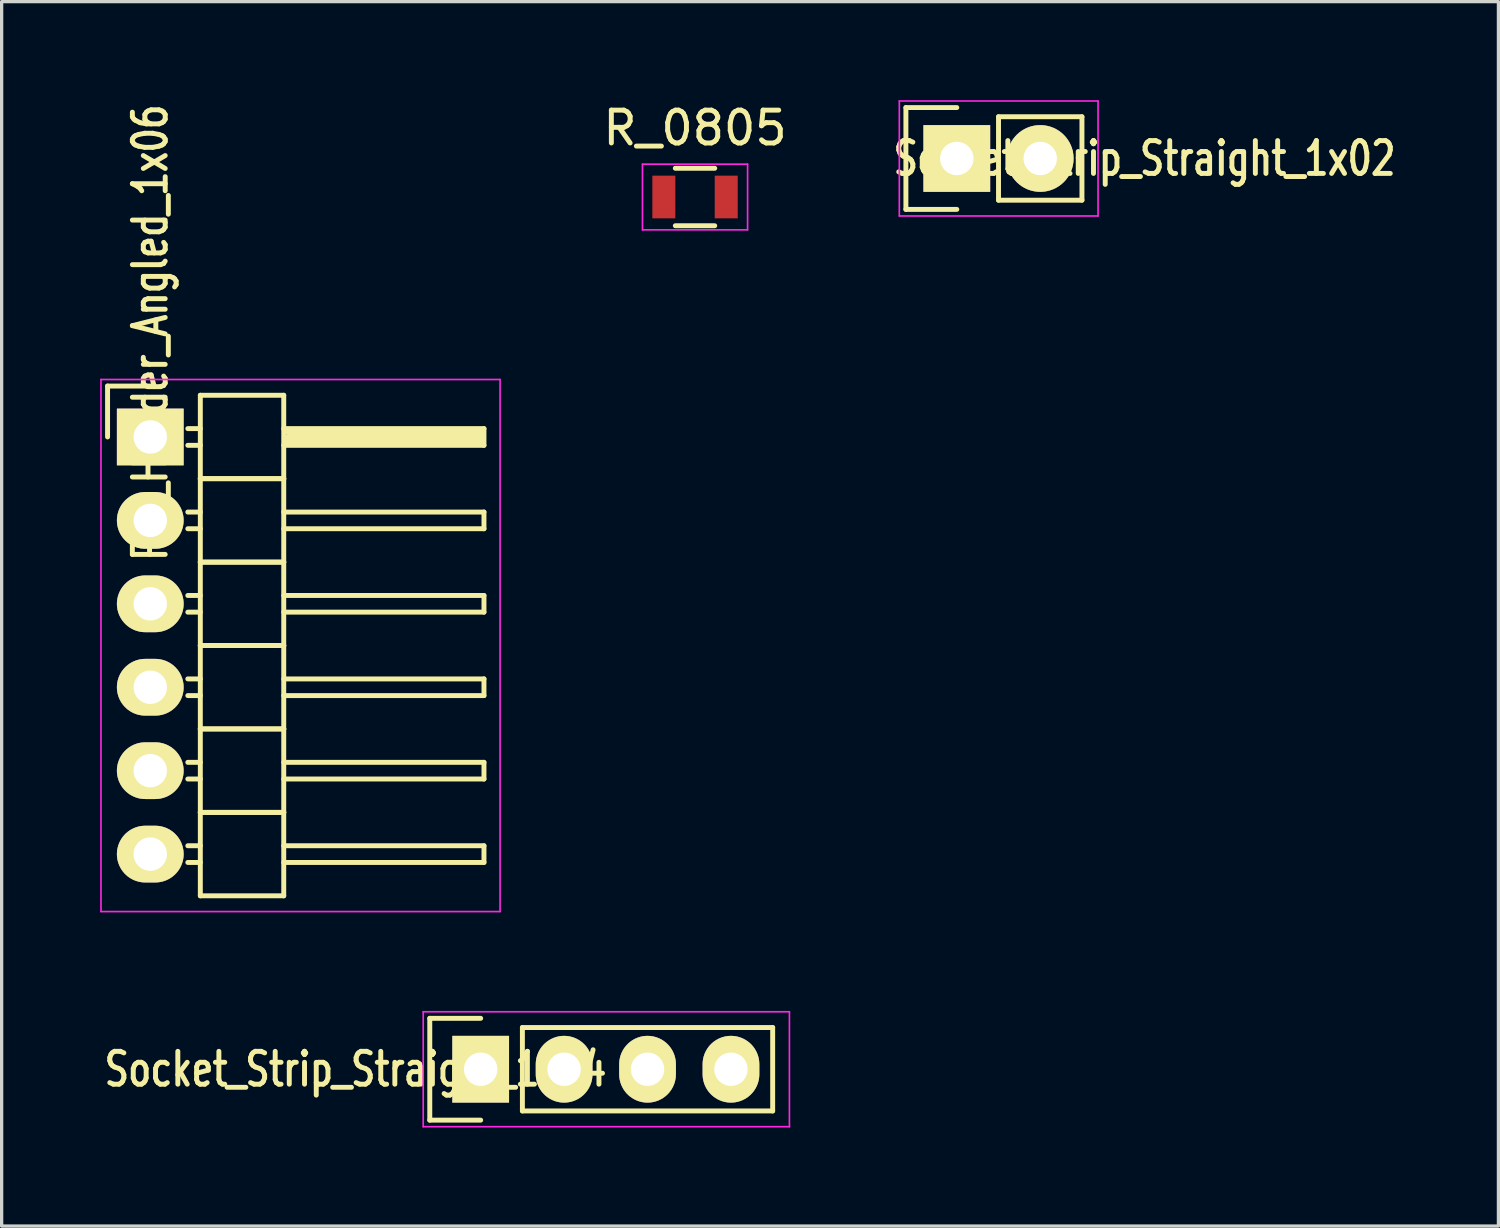
<source format=kicad_pcb>
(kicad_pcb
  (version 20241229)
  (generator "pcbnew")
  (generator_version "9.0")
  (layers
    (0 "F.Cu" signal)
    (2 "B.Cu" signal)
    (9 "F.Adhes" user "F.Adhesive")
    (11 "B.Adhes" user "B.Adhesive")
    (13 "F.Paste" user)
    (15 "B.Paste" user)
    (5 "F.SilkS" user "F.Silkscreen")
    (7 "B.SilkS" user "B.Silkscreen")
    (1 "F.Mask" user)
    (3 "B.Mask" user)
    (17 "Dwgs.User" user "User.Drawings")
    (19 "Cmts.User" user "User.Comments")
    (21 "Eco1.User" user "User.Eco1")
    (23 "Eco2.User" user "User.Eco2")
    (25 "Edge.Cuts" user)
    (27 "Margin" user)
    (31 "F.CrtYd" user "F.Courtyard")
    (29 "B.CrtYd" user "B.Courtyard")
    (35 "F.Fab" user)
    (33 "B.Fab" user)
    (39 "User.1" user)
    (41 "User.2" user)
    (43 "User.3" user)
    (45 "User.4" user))
  (footprint "Socket_Strip_Straight_1x02"
    (layer "F.Cu")
    (at 26.081 1.775)
    (property "Reference" "Socket_Strip_Straight_1x02" (at 5.715 0 180) (layer "F.SilkS") (effects (font (size 1 0.75) (thickness 0.15))))
    (attr through_hole)
    (fp_line (start -1.55 -1.55) (end -1.55 1.55) (stroke (width 0.15) (type solid)) (layer "F.SilkS"))
    (fp_line (start -1.55 1.55) (end 0 1.55) (stroke (width 0.15) (type solid)) (layer "F.SilkS"))
    (fp_line (start 0 -1.55) (end -1.55 -1.55) (stroke (width 0.15) (type solid)) (layer "F.SilkS"))
    (fp_line (start 1.27 -1.27) (end 3.81 -1.27) (stroke (width 0.15) (type solid)) (layer "F.SilkS"))
    (fp_line (start 1.27 1.27) (end 1.27 -1.27) (stroke (width 0.15) (type solid)) (layer "F.SilkS"))
    (fp_line (start 3.81 -1.27) (end 3.81 1.27) (stroke (width 0.15) (type solid)) (layer "F.SilkS"))
    (fp_line (start 3.81 1.27) (end 1.27 1.27) (stroke (width 0.15) (type solid)) (layer "F.SilkS"))
    (fp_line (start -1.75 -1.75) (end -1.75 1.75) (stroke (width 0.05) (type solid)) (layer "F.CrtYd"))
    (fp_line (start -1.75 -1.75) (end 4.3 -1.75) (stroke (width 0.05) (type solid)) (layer "F.CrtYd"))
    (fp_line (start -1.75 1.75) (end 4.3 1.75) (stroke (width 0.05) (type solid)) (layer "F.CrtYd"))
    (fp_line (start 4.3 -1.75) (end 4.3 1.75) (stroke (width 0.05) (type solid)) (layer "F.CrtYd"))
    (pad "1" thru_hole rect (at 0 0) (size 2.032 2.032) (drill 1.016) (layers "*.Cu" "*.Mask" "F.SilkS"))
    (pad "2" thru_hole oval (at 2.54 0) (size 2.032 2.032) (drill 1.016) (layers "*.Cu" "*.Mask" "F.SilkS")))
  (footprint "R_0805"
    (layer "F.Cu")
    (at 18.111 2.948)
    (property "Reference" "R_0805" (at 0 -2.1 0) (layer "F.SilkS") (effects (font (size 1 1) (thickness 0.15))))
    (attr smd)
    (fp_line (start -0.6 -0.875) (end 0.6 -0.875) (stroke (width 0.15) (type solid)) (layer "F.SilkS"))
    (fp_line (start 0.6 0.875) (end -0.6 0.875) (stroke (width 0.15) (type solid)) (layer "F.SilkS"))
    (fp_line (start -1.6 -1) (end -1.6 1) (stroke (width 0.05) (type solid)) (layer "F.CrtYd"))
    (fp_line (start -1.6 -1) (end 1.6 -1) (stroke (width 0.05) (type solid)) (layer "F.CrtYd"))
    (fp_line (start -1.6 1) (end 1.6 1) (stroke (width 0.05) (type solid)) (layer "F.CrtYd"))
    (fp_line (start 1.6 -1) (end 1.6 1) (stroke (width 0.05) (type solid)) (layer "F.CrtYd"))
    (pad "1" smd rect (at -0.95 0) (size 0.7 1.3) (layers "F.Cu" "F.Mask" "F.Paste"))
    (pad "2" smd rect (at 0.95 0) (size 0.7 1.3) (layers "F.Cu" "F.Mask" "F.Paste")))
  (footprint "Socket_Strip_Straight_1x04"
    (layer "F.Cu")
    (at 11.585 29.504)
    (property "Reference" "Socket_Strip_Straight_1x04" (at -3.81 0 0) (layer "F.SilkS") (effects (font (size 1 0.75) (thickness 0.15))))
    (attr through_hole)
    (fp_line (start -1.55 -1.55) (end -1.55 1.55) (stroke (width 0.15) (type solid)) (layer "F.SilkS"))
    (fp_line (start -1.55 1.55) (end 0 1.55) (stroke (width 0.15) (type solid)) (layer "F.SilkS"))
    (fp_line (start 0 -1.55) (end -1.55 -1.55) (stroke (width 0.15) (type solid)) (layer "F.SilkS"))
    (fp_line (start 1.27 -1.27) (end 8.89 -1.27) (stroke (width 0.15) (type solid)) (layer "F.SilkS"))
    (fp_line (start 1.27 1.27) (end 1.27 -1.27) (stroke (width 0.15) (type solid)) (layer "F.SilkS"))
    (fp_line (start 1.27 1.27) (end 8.89 1.27) (stroke (width 0.15) (type solid)) (layer "F.SilkS"))
    (fp_line (start 8.89 -1.27) (end 8.89 1.27) (stroke (width 0.15) (type solid)) (layer "F.SilkS"))
    (fp_line (start -1.75 -1.75) (end -1.75 1.75) (stroke (width 0.05) (type solid)) (layer "F.CrtYd"))
    (fp_line (start -1.75 -1.75) (end 9.4 -1.75) (stroke (width 0.05) (type solid)) (layer "F.CrtYd"))
    (fp_line (start -1.75 1.75) (end 9.4 1.75) (stroke (width 0.05) (type solid)) (layer "F.CrtYd"))
    (fp_line (start 9.4 -1.75) (end 9.4 1.75) (stroke (width 0.05) (type solid)) (layer "F.CrtYd"))
    (pad "1" thru_hole rect (at 0 0) (size 1.727 2.032) (drill 1.016) (layers "*.Cu" "*.Mask" "F.SilkS"))
    (pad "2" thru_hole oval (at 2.54 0) (size 1.727 2.032) (drill 1.016) (layers "*.Cu" "*.Mask" "F.SilkS"))
    (pad "3" thru_hole oval (at 5.08 0) (size 1.727 2.032) (drill 1.016) (layers "*.Cu" "*.Mask" "F.SilkS"))
    (pad "4" thru_hole oval (at 7.62 0) (size 1.727 2.032) (drill 1.016) (layers "*.Cu" "*.Mask" "F.SilkS")))
  (footprint "Pin_Header_Angled_1x06"
    (layer "F.Cu")
    (at 1.525 10.254)
    (property "Reference" "Pin_Header_Angled_1x06" (at 0 -3.175 270) (layer "F.SilkS") (effects (font (size 1 0.75) (thickness 0.15))))
    (attr through_hole)
    (fp_line (start -1.3 -1.55) (end -1.3 0) (stroke (width 0.15) (type solid)) (layer "F.SilkS"))
    (fp_line (start 0 -1.55) (end -1.3 -1.55) (stroke (width 0.15) (type solid)) (layer "F.SilkS"))
    (fp_line (start 1.524 -1.27) (end 1.524 1.27) (stroke (width 0.15) (type solid)) (layer "F.SilkS"))
    (fp_line (start 1.524 -1.27) (end 4.064 -1.27) (stroke (width 0.15) (type solid)) (layer "F.SilkS"))
    (fp_line (start 1.524 -0.254) (end 1.143 -0.254) (stroke (width 0.15) (type solid)) (layer "F.SilkS"))
    (fp_line (start 1.524 0.254) (end 1.143 0.254) (stroke (width 0.15) (type solid)) (layer "F.SilkS"))
    (fp_line (start 1.524 1.27) (end 1.524 3.81) (stroke (width 0.15) (type solid)) (layer "F.SilkS"))
    (fp_line (start 1.524 1.27) (end 4.064 1.27) (stroke (width 0.15) (type solid)) (layer "F.SilkS"))
    (fp_line (start 1.524 1.27) (end 4.064 1.27) (stroke (width 0.15) (type solid)) (layer "F.SilkS"))
    (fp_line (start 1.524 2.286) (end 1.143 2.286) (stroke (width 0.15) (type solid)) (layer "F.SilkS"))
    (fp_line (start 1.524 2.794) (end 1.143 2.794) (stroke (width 0.15) (type solid)) (layer "F.SilkS"))
    (fp_line (start 1.524 3.81) (end 1.524 6.35) (stroke (width 0.15) (type solid)) (layer "F.SilkS"))
    (fp_line (start 1.524 3.81) (end 4.064 3.81) (stroke (width 0.15) (type solid)) (layer "F.SilkS"))
    (fp_line (start 1.524 3.81) (end 4.064 3.81) (stroke (width 0.15) (type solid)) (layer "F.SilkS"))
    (fp_line (start 1.524 4.826) (end 1.143 4.826) (stroke (width 0.15) (type solid)) (layer "F.SilkS"))
    (fp_line (start 1.524 5.334) (end 1.143 5.334) (stroke (width 0.15) (type solid)) (layer "F.SilkS"))
    (fp_line (start 1.524 6.35) (end 1.524 8.89) (stroke (width 0.15) (type solid)) (layer "F.SilkS"))
    (fp_line (start 1.524 6.35) (end 4.064 6.35) (stroke (width 0.15) (type solid)) (layer "F.SilkS"))
    (fp_line (start 1.524 6.35) (end 4.064 6.35) (stroke (width 0.15) (type solid)) (layer "F.SilkS"))
    (fp_line (start 1.524 7.366) (end 1.143 7.366) (stroke (width 0.15) (type solid)) (layer "F.SilkS"))
    (fp_line (start 1.524 7.874) (end 1.143 7.874) (stroke (width 0.15) (type solid)) (layer "F.SilkS"))
    (fp_line (start 1.524 8.89) (end 1.524 11.43) (stroke (width 0.15) (type solid)) (layer "F.SilkS"))
    (fp_line (start 1.524 8.89) (end 4.064 8.89) (stroke (width 0.15) (type solid)) (layer "F.SilkS"))
    (fp_line (start 1.524 8.89) (end 4.064 8.89) (stroke (width 0.15) (type solid)) (layer "F.SilkS"))
    (fp_line (start 1.524 9.906) (end 1.143 9.906) (stroke (width 0.15) (type solid)) (layer "F.SilkS"))
    (fp_line (start 1.524 10.414) (end 1.143 10.414) (stroke (width 0.15) (type solid)) (layer "F.SilkS"))
    (fp_line (start 1.524 11.43) (end 1.524 13.97) (stroke (width 0.15) (type solid)) (layer "F.SilkS"))
    (fp_line (start 1.524 11.43) (end 4.064 11.43) (stroke (width 0.15) (type solid)) (layer "F.SilkS"))
    (fp_line (start 1.524 11.43) (end 4.064 11.43) (stroke (width 0.15) (type solid)) (layer "F.SilkS"))
    (fp_line (start 1.524 12.446) (end 1.143 12.446) (stroke (width 0.15) (type solid)) (layer "F.SilkS"))
    (fp_line (start 1.524 12.954) (end 1.143 12.954) (stroke (width 0.15) (type solid)) (layer "F.SilkS"))
    (fp_line (start 1.524 13.97) (end 4.064 13.97) (stroke (width 0.15) (type solid)) (layer "F.SilkS"))
    (fp_line (start 4.064 -0.254) (end 10.16 -0.254) (stroke (width 0.15) (type solid)) (layer "F.SilkS"))
    (fp_line (start 4.064 1.27) (end 4.064 -1.27) (stroke (width 0.15) (type solid)) (layer "F.SilkS"))
    (fp_line (start 4.064 2.286) (end 10.16 2.286) (stroke (width 0.15) (type solid)) (layer "F.SilkS"))
    (fp_line (start 4.064 3.81) (end 4.064 1.27) (stroke (width 0.15) (type solid)) (layer "F.SilkS"))
    (fp_line (start 4.064 4.826) (end 10.16 4.826) (stroke (width 0.15) (type solid)) (layer "F.SilkS"))
    (fp_line (start 4.064 6.35) (end 4.064 3.81) (stroke (width 0.15) (type solid)) (layer "F.SilkS"))
    (fp_line (start 4.064 7.366) (end 10.16 7.366) (stroke (width 0.15) (type solid)) (layer "F.SilkS"))
    (fp_line (start 4.064 8.89) (end 4.064 6.35) (stroke (width 0.15) (type solid)) (layer "F.SilkS"))
    (fp_line (start 4.064 9.906) (end 10.16 9.906) (stroke (width 0.15) (type solid)) (layer "F.SilkS"))
    (fp_line (start 4.064 11.43) (end 4.064 8.89) (stroke (width 0.15) (type solid)) (layer "F.SilkS"))
    (fp_line (start 4.064 12.446) (end 10.16 12.446) (stroke (width 0.15) (type solid)) (layer "F.SilkS"))
    (fp_line (start 4.064 13.97) (end 4.064 11.43) (stroke (width 0.15) (type solid)) (layer "F.SilkS"))
    (fp_line (start 4.191 -0.127) (end 10.033 -0.127) (stroke (width 0.15) (type solid)) (layer "F.SilkS"))
    (fp_line (start 4.191 0) (end 10.033 0) (stroke (width 0.15) (type solid)) (layer "F.SilkS"))
    (fp_line (start 4.191 0.127) (end 4.191 0) (stroke (width 0.15) (type solid)) (layer "F.SilkS"))
    (fp_line (start 10.033 -0.127) (end 10.033 0.127) (stroke (width 0.15) (type solid)) (layer "F.SilkS"))
    (fp_line (start 10.033 0.127) (end 4.191 0.127) (stroke (width 0.15) (type solid)) (layer "F.SilkS"))
    (fp_line (start 10.16 -0.254) (end 10.16 0.254) (stroke (width 0.15) (type solid)) (layer "F.SilkS"))
    (fp_line (start 10.16 0.254) (end 4.064 0.254) (stroke (width 0.15) (type solid)) (layer "F.SilkS"))
    (fp_line (start 10.16 2.286) (end 10.16 2.794) (stroke (width 0.15) (type solid)) (layer "F.SilkS"))
    (fp_line (start 10.16 2.794) (end 4.064 2.794) (stroke (width 0.15) (type solid)) (layer "F.SilkS"))
    (fp_line (start 10.16 4.826) (end 10.16 5.334) (stroke (width 0.15) (type solid)) (layer "F.SilkS"))
    (fp_line (start 10.16 5.334) (end 4.064 5.334) (stroke (width 0.15) (type solid)) (layer "F.SilkS"))
    (fp_line (start 10.16 7.366) (end 10.16 7.874) (stroke (width 0.15) (type solid)) (layer "F.SilkS"))
    (fp_line (start 10.16 7.874) (end 4.064 7.874) (stroke (width 0.15) (type solid)) (layer "F.SilkS"))
    (fp_line (start 10.16 9.906) (end 10.16 10.414) (stroke (width 0.15) (type solid)) (layer "F.SilkS"))
    (fp_line (start 10.16 10.414) (end 4.064 10.414) (stroke (width 0.15) (type solid)) (layer "F.SilkS"))
    (fp_line (start 10.16 12.446) (end 10.16 12.954) (stroke (width 0.15) (type solid)) (layer "F.SilkS"))
    (fp_line (start 10.16 12.954) (end 4.064 12.954) (stroke (width 0.15) (type solid)) (layer "F.SilkS"))
    (fp_line (start -1.5 -1.75) (end -1.5 14.45) (stroke (width 0.05) (type solid)) (layer "F.CrtYd"))
    (fp_line (start -1.5 -1.75) (end 10.65 -1.75) (stroke (width 0.05) (type solid)) (layer "F.CrtYd"))
    (fp_line (start -1.5 14.45) (end 10.65 14.45) (stroke (width 0.05) (type solid)) (layer "F.CrtYd"))
    (fp_line (start 10.65 -1.75) (end 10.65 14.45) (stroke (width 0.05) (type solid)) (layer "F.CrtYd"))
    (pad "1" thru_hole rect (at 0 0) (size 2.032 1.727) (drill 1.016) (layers "*.Cu" "*.Mask" "F.SilkS"))
    (pad "2" thru_hole oval (at 0 2.54) (size 2.032 1.727) (drill 1.016) (layers "*.Cu" "*.Mask" "F.SilkS"))
    (pad "3" thru_hole oval (at 0 5.08) (size 2.032 1.727) (drill 1.016) (layers "*.Cu" "*.Mask" "F.SilkS"))
    (pad "4" thru_hole oval (at 0 7.62) (size 2.032 1.727) (drill 1.016) (layers "*.Cu" "*.Mask" "F.SilkS"))
    (pad "5" thru_hole oval (at 0 10.16) (size 2.032 1.727) (drill 1.016) (layers "*.Cu" "*.Mask" "F.SilkS"))
    (pad "6" thru_hole oval (at 0 12.7) (size 2.032 1.727) (drill 1.016) (layers "*.Cu" "*.Mask" "F.SilkS")))
  (gr_rect
    (start -3 -3)
    (end 42.571 34.279)
    (stroke (width 0.1) (type default))
    (fill no)
    (layer "Edge.Cuts")))
</source>
